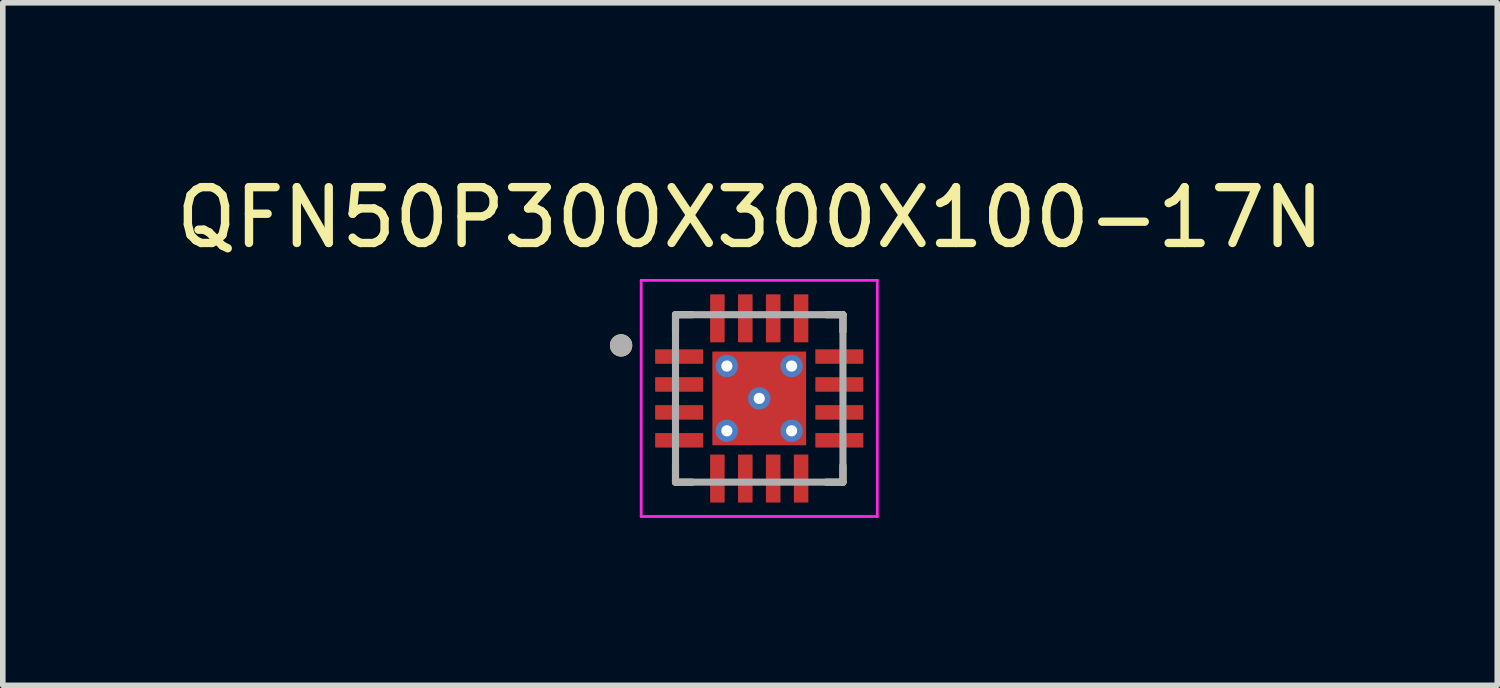
<source format=kicad_pcb>
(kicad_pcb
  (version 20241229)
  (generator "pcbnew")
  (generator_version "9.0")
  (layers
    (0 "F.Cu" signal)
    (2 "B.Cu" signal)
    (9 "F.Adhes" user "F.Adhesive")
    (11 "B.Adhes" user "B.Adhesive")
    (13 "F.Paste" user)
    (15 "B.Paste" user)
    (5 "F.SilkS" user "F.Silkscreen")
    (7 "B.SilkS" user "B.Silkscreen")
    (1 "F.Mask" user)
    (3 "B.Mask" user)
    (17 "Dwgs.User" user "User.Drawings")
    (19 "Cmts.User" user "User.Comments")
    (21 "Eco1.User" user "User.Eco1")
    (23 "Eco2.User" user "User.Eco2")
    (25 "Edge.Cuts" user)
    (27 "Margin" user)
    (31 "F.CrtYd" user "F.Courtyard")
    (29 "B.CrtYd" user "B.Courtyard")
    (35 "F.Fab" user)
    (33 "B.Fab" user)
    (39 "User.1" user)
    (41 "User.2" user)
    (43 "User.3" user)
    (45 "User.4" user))
  (footprint "QFN50P300X300X100-17N"
    (layer "F.Cu")
    (at 10.552 4.088)
    (property "Reference" "QFN50P300X300X100-17N" (at -0.165 -3.24 0) (layer "F.SilkS") (effects (font (size 1 1) (thickness 0.15))))
    (attr through_hole)
    (fp_line (start -1.5 -1.5) (end -1.5 -1.2) (stroke (width 0.127) (type solid)) (layer "F.SilkS"))
    (fp_line (start -1.5 -1.5) (end -1.2 -1.5) (stroke (width 0.127) (type solid)) (layer "F.SilkS"))
    (fp_line (start -1.5 1.5) (end -1.5 1.2) (stroke (width 0.127) (type solid)) (layer "F.SilkS"))
    (fp_line (start -1.5 1.5) (end -1.2 1.5) (stroke (width 0.127) (type solid)) (layer "F.SilkS"))
    (fp_line (start 1.5 -1.5) (end 1.2 -1.5) (stroke (width 0.127) (type solid)) (layer "F.SilkS"))
    (fp_line (start 1.5 -1.5) (end 1.5 -1.2) (stroke (width 0.127) (type solid)) (layer "F.SilkS"))
    (fp_line (start 1.5 1.5) (end 1.2 1.5) (stroke (width 0.127) (type solid)) (layer "F.SilkS"))
    (fp_line (start 1.5 1.5) (end 1.5 1.2) (stroke (width 0.127) (type solid)) (layer "F.SilkS"))
    (fp_circle (center -2.475 -0.95) (end -2.375 -0.95) (stroke (width 0.2) (type solid)) (fill no) (layer "F.SilkS"))
    (fp_poly (pts (xy -0.53 -0.53) (xy 0.53 -0.53) (xy 0.53 0.53) (xy -0.53 0.53)) (stroke (width 0.01) (type solid)) (fill yes) (layer "F.Paste"))
    (fp_line (start -2.115 -2.115) (end 2.115 -2.115) (stroke (width 0.05) (type solid)) (layer "F.CrtYd"))
    (fp_line (start -2.115 2.115) (end -2.115 -2.115) (stroke (width 0.05) (type solid)) (layer "F.CrtYd"))
    (fp_line (start -2.115 2.115) (end 2.115 2.115) (stroke (width 0.05) (type solid)) (layer "F.CrtYd"))
    (fp_line (start 2.115 2.115) (end 2.115 -2.115) (stroke (width 0.05) (type solid)) (layer "F.CrtYd"))
    (fp_line (start -1.5 1.5) (end -1.5 -1.5) (stroke (width 0.127) (type solid)) (layer "F.Fab"))
    (fp_line (start 1.5 -1.5) (end -1.5 -1.5) (stroke (width 0.127) (type solid)) (layer "F.Fab"))
    (fp_line (start 1.5 1.5) (end -1.5 1.5) (stroke (width 0.127) (type solid)) (layer "F.Fab"))
    (fp_line (start 1.5 1.5) (end 1.5 -1.5) (stroke (width 0.127) (type solid)) (layer "F.Fab"))
    (fp_circle (center -2.475 -0.95) (end -2.375 -0.95) (stroke (width 0.2) (type solid)) (fill no) (layer "F.Fab"))
    (pad "1" smd roundrect (at -1.435 -0.75) (size 0.86 0.26) (layers "F.Cu" "F.Mask" "F.Paste") (roundrect_rratio 0.03))
    (pad "2" smd roundrect (at -1.435 -0.25) (size 0.86 0.26) (layers "F.Cu" "F.Mask" "F.Paste") (roundrect_rratio 0.03))
    (pad "3" smd roundrect (at -1.435 0.25) (size 0.86 0.26) (layers "F.Cu" "F.Mask" "F.Paste") (roundrect_rratio 0.03))
    (pad "4" smd roundrect (at -1.435 0.75) (size 0.86 0.26) (layers "F.Cu" "F.Mask" "F.Paste") (roundrect_rratio 0.03))
    (pad "5" smd roundrect (at -0.75 1.435 90) (size 0.86 0.26) (layers "F.Cu" "F.Mask" "F.Paste") (roundrect_rratio 0.03))
    (pad "6" smd roundrect (at -0.25 1.435 90) (size 0.86 0.26) (layers "F.Cu" "F.Mask" "F.Paste") (roundrect_rratio 0.03))
    (pad "7" smd roundrect (at 0.25 1.435 90) (size 0.86 0.26) (layers "F.Cu" "F.Mask" "F.Paste") (roundrect_rratio 0.03))
    (pad "8" smd roundrect (at 0.75 1.435 90) (size 0.86 0.26) (layers "F.Cu" "F.Mask" "F.Paste") (roundrect_rratio 0.03))
    (pad "9" smd roundrect (at 1.435 0.75) (size 0.86 0.26) (layers "F.Cu" "F.Mask" "F.Paste") (roundrect_rratio 0.03))
    (pad "10" smd roundrect (at 1.435 0.25) (size 0.86 0.26) (layers "F.Cu" "F.Mask" "F.Paste") (roundrect_rratio 0.03))
    (pad "11" smd roundrect (at 1.435 -0.25) (size 0.86 0.26) (layers "F.Cu" "F.Mask" "F.Paste") (roundrect_rratio 0.03))
    (pad "12" smd roundrect (at 1.435 -0.75) (size 0.86 0.26) (layers "F.Cu" "F.Mask" "F.Paste") (roundrect_rratio 0.03))
    (pad "13" smd roundrect (at 0.75 -1.435 90) (size 0.86 0.26) (layers "F.Cu" "F.Mask" "F.Paste") (roundrect_rratio 0.03))
    (pad "14" smd roundrect (at 0.25 -1.435 90) (size 0.86 0.26) (layers "F.Cu" "F.Mask" "F.Paste") (roundrect_rratio 0.03))
    (pad "15" smd roundrect (at -0.25 -1.435 90) (size 0.86 0.26) (layers "F.Cu" "F.Mask" "F.Paste") (roundrect_rratio 0.03))
    (pad "16" smd roundrect (at -0.75 -1.435 90) (size 0.86 0.26) (layers "F.Cu" "F.Mask" "F.Paste") (roundrect_rratio 0.03))
    (pad "17" smd rect (at 0 0) (size 1.68 1.68) (layers "F.Cu" "F.Mask"))
    (pad "18" thru_hole circle (at 0 0) (size 0.4 0.4) (drill 0.2) (layers "*.Cu"))
    (pad "19" thru_hole circle (at -0.58 -0.58) (size 0.4 0.4) (drill 0.2) (layers "*.Cu"))
    (pad "20" thru_hole circle (at 0.58 -0.58) (size 0.4 0.4) (drill 0.2) (layers "*.Cu"))
    (pad "21" thru_hole circle (at -0.58 0.58) (size 0.4 0.4) (drill 0.2) (layers "*.Cu"))
    (pad "22" thru_hole circle (at 0.58 0.58) (size 0.4 0.4) (drill 0.2) (layers "*.Cu")))
  (gr_rect
    (start -3 -3)
    (end 23.774 9.228)
    (stroke (width 0.1) (type default))
    (fill no)
    (layer "Edge.Cuts")))
</source>
